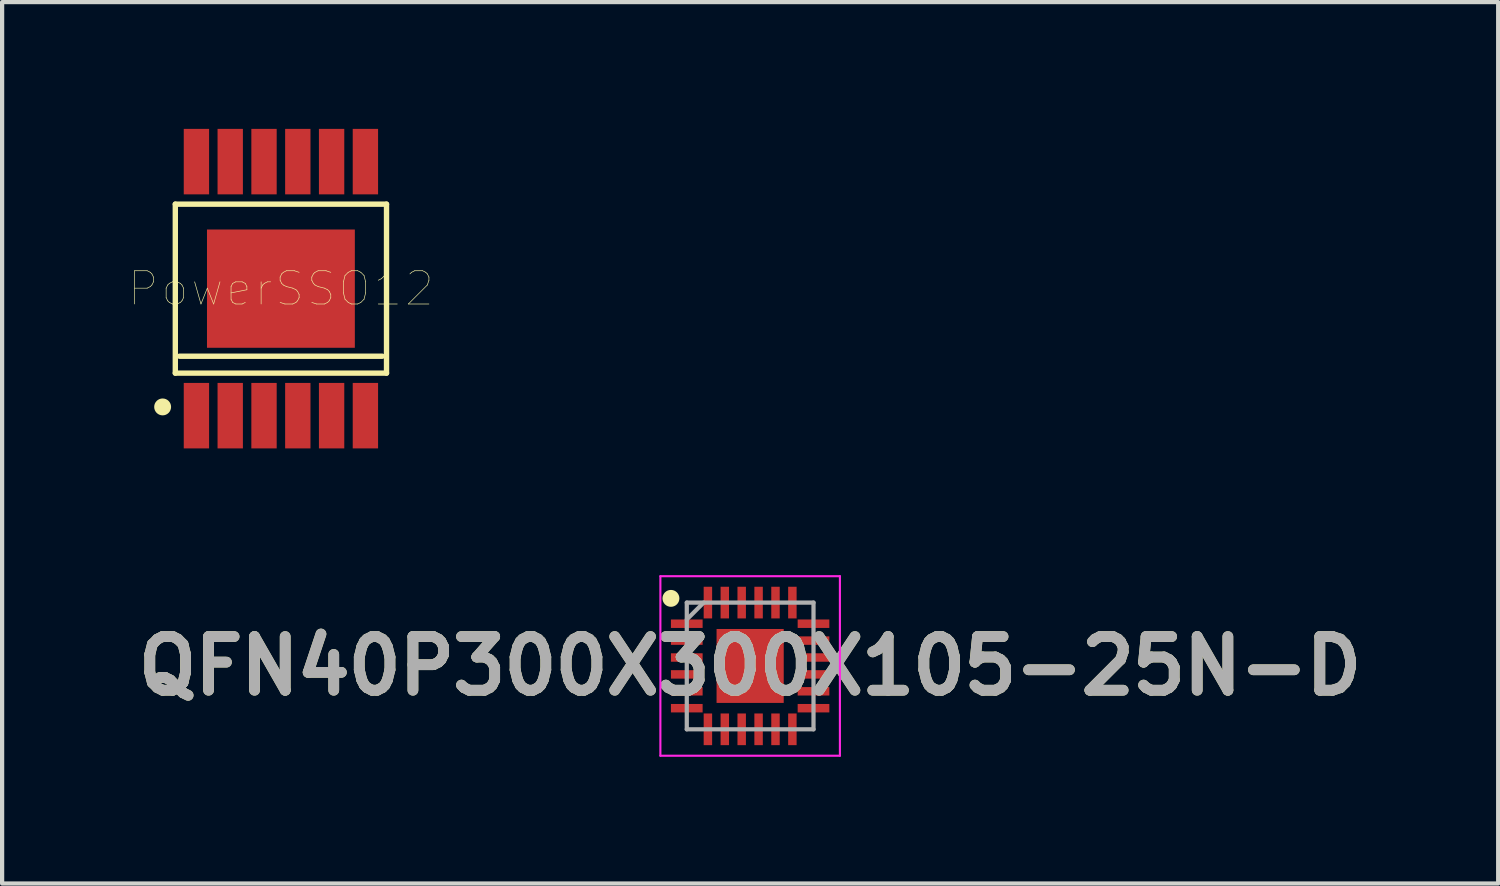
<source format=kicad_pcb>
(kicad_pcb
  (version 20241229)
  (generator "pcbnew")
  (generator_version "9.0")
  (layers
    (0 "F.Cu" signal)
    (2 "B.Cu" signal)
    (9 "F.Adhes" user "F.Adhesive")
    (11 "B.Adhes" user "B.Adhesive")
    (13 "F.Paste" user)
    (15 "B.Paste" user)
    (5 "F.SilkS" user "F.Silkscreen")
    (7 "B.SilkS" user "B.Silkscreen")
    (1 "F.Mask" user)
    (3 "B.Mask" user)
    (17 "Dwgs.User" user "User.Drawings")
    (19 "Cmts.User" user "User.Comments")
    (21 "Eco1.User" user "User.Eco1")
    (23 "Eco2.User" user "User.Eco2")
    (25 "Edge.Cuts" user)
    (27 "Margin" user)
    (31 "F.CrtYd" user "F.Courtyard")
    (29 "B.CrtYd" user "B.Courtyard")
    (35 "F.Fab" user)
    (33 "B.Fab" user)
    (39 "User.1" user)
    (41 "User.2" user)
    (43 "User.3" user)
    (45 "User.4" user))
  (footprint "PowerSSO12"
    (layer "F.Cu")
    (at 3.6 3.783)
    (property "Reference" "PowerSSO12" (at 0 0 0) (layer "F.SilkS") (effects (font (size 0.787 0.787) (thickness 0.015))))
    (attr through_hole)
    (fp_line (start -2.5 -2) (end 2.5 -2) (stroke (width 0.127) (type solid)) (layer "F.SilkS"))
    (fp_line (start -2.5 2) (end -2.5 -2) (stroke (width 0.127) (type solid)) (layer "F.SilkS"))
    (fp_line (start -2.4 1.6) (end 2.4 1.6) (stroke (width 0.127) (type solid)) (layer "F.SilkS"))
    (fp_line (start 2.5 -2) (end 2.5 2) (stroke (width 0.127) (type solid)) (layer "F.SilkS"))
    (fp_line (start 2.5 2) (end -2.5 2) (stroke (width 0.127) (type solid)) (layer "F.SilkS"))
    (fp_circle (center -2.8 2.8) (end -2.7 2.8) (stroke (width 0.2) (type solid)) (fill no) (layer "F.SilkS"))
    (pad "1" smd rect (at -2 3.007) (size 0.6 1.55) (layers "F.Cu" "F.Mask" "F.Paste"))
    (pad "2" smd rect (at -1.2 3.007) (size 0.6 1.55) (layers "F.Cu" "F.Mask" "F.Paste"))
    (pad "3" smd rect (at -0.4 3.007) (size 0.6 1.55) (layers "F.Cu" "F.Mask" "F.Paste"))
    (pad "4" smd rect (at 0.4 3.007) (size 0.6 1.55) (layers "F.Cu" "F.Mask" "F.Paste"))
    (pad "5" smd rect (at 1.2 3.007) (size 0.6 1.55) (layers "F.Cu" "F.Mask" "F.Paste"))
    (pad "6" smd rect (at 2 3.007) (size 0.6 1.55) (layers "F.Cu" "F.Mask" "F.Paste"))
    (pad "7" smd rect (at 2 -3.007) (size 0.6 1.55) (layers "F.Cu" "F.Mask" "F.Paste"))
    (pad "8" smd rect (at 1.2 -3.007) (size 0.6 1.55) (layers "F.Cu" "F.Mask" "F.Paste"))
    (pad "9" smd rect (at 0.4 -3.007) (size 0.6 1.55) (layers "F.Cu" "F.Mask" "F.Paste"))
    (pad "10" smd rect (at -0.4 -3.007) (size 0.6 1.55) (layers "F.Cu" "F.Mask" "F.Paste"))
    (pad "11" smd rect (at -1.2 -3.007) (size 0.6 1.55) (layers "F.Cu" "F.Mask" "F.Paste"))
    (pad "12" smd rect (at -2 -3.007) (size 0.6 1.55) (layers "F.Cu" "F.Mask" "F.Paste"))
    (pad "13" smd rect (at 0 0) (size 3.5 2.8) (layers "F.Cu" "F.Mask" "F.Paste")))
  (footprint "QFN40P300X300X105-25N-D"
    (layer "F.Cu")
    (at 14.708 12.715)
    (property "Reference" "QFN40P300X300X105-25N-D" (at 0 0 0) (layer "F.SilkS") (effects (font (size 1.27 1.27) (thickness 0.254))))
    (attr smd)
    (fp_circle (center -1.875 -1.6) (end -1.875 -1.5) (stroke (width 0.2) (type solid)) (fill no) (layer "F.SilkS"))
    (fp_line (start -2.125 -2.125) (end 2.125 -2.125) (stroke (width 0.05) (type solid)) (layer "F.CrtYd"))
    (fp_line (start -2.125 2.125) (end -2.125 -2.125) (stroke (width 0.05) (type solid)) (layer "F.CrtYd"))
    (fp_line (start 2.125 -2.125) (end 2.125 2.125) (stroke (width 0.05) (type solid)) (layer "F.CrtYd"))
    (fp_line (start 2.125 2.125) (end -2.125 2.125) (stroke (width 0.05) (type solid)) (layer "F.CrtYd"))
    (fp_line (start -1.5 -1.5) (end 1.5 -1.5) (stroke (width 0.1) (type solid)) (layer "F.Fab"))
    (fp_line (start -1.5 -1.1) (end -1.1 -1.5) (stroke (width 0.1) (type solid)) (layer "F.Fab"))
    (fp_line (start -1.5 1.5) (end -1.5 -1.5) (stroke (width 0.1) (type solid)) (layer "F.Fab"))
    (fp_line (start 1.5 -1.5) (end 1.5 1.5) (stroke (width 0.1) (type solid)) (layer "F.Fab"))
    (fp_line (start 1.5 1.5) (end -1.5 1.5) (stroke (width 0.1) (type solid)) (layer "F.Fab"))
    (fp_text user "${REFERENCE}" (at 0 0 0) (layer "F.Fab") (effects (font (size 1.27 1.27) (thickness 0.254))))
    (pad "1" smd rect (at -1.5 -1 90) (size 0.2 0.75) (layers "F.Cu" "F.Mask" "F.Paste"))
    (pad "2" smd rect (at -1.5 -0.6 90) (size 0.2 0.75) (layers "F.Cu" "F.Mask" "F.Paste"))
    (pad "3" smd rect (at -1.5 -0.2 90) (size 0.2 0.75) (layers "F.Cu" "F.Mask" "F.Paste"))
    (pad "4" smd rect (at -1.5 0.2 90) (size 0.2 0.75) (layers "F.Cu" "F.Mask" "F.Paste"))
    (pad "5" smd rect (at -1.5 0.6 90) (size 0.2 0.75) (layers "F.Cu" "F.Mask" "F.Paste"))
    (pad "6" smd rect (at -1.5 1 90) (size 0.2 0.75) (layers "F.Cu" "F.Mask" "F.Paste"))
    (pad "7" smd rect (at -1 1.5) (size 0.2 0.75) (layers "F.Cu" "F.Mask" "F.Paste"))
    (pad "8" smd rect (at -0.6 1.5) (size 0.2 0.75) (layers "F.Cu" "F.Mask" "F.Paste"))
    (pad "9" smd rect (at -0.2 1.5) (size 0.2 0.75) (layers "F.Cu" "F.Mask" "F.Paste"))
    (pad "10" smd rect (at 0.2 1.5) (size 0.2 0.75) (layers "F.Cu" "F.Mask" "F.Paste"))
    (pad "11" smd rect (at 0.6 1.5) (size 0.2 0.75) (layers "F.Cu" "F.Mask" "F.Paste"))
    (pad "12" smd rect (at 1 1.5) (size 0.2 0.75) (layers "F.Cu" "F.Mask" "F.Paste"))
    (pad "13" smd rect (at 1.5 1 90) (size 0.2 0.75) (layers "F.Cu" "F.Mask" "F.Paste"))
    (pad "14" smd rect (at 1.5 0.6 90) (size 0.2 0.75) (layers "F.Cu" "F.Mask" "F.Paste"))
    (pad "15" smd rect (at 1.5 0.2 90) (size 0.2 0.75) (layers "F.Cu" "F.Mask" "F.Paste"))
    (pad "16" smd rect (at 1.5 -0.2 90) (size 0.2 0.75) (layers "F.Cu" "F.Mask" "F.Paste"))
    (pad "17" smd rect (at 1.5 -0.6 90) (size 0.2 0.75) (layers "F.Cu" "F.Mask" "F.Paste"))
    (pad "18" smd rect (at 1.5 -1 90) (size 0.2 0.75) (layers "F.Cu" "F.Mask" "F.Paste"))
    (pad "19" smd rect (at 1 -1.5) (size 0.2 0.75) (layers "F.Cu" "F.Mask" "F.Paste"))
    (pad "20" smd rect (at 0.6 -1.5) (size 0.2 0.75) (layers "F.Cu" "F.Mask" "F.Paste"))
    (pad "21" smd rect (at 0.2 -1.5) (size 0.2 0.75) (layers "F.Cu" "F.Mask" "F.Paste"))
    (pad "22" smd rect (at -0.2 -1.5) (size 0.2 0.75) (layers "F.Cu" "F.Mask" "F.Paste"))
    (pad "23" smd rect (at -0.6 -1.5) (size 0.2 0.75) (layers "F.Cu" "F.Mask" "F.Paste"))
    (pad "24" smd rect (at -1 -1.5) (size 0.2 0.75) (layers "F.Cu" "F.Mask" "F.Paste"))
    (pad "25" smd rect (at 0 0) (size 1.59 1.75) (layers "F.Cu" "F.Mask" "F.Paste")))
  (gr_rect
    (start -3 -3)
    (end 32.416 17.865)
    (stroke (width 0.1) (type default))
    (fill no)
    (layer "Edge.Cuts")))
</source>
